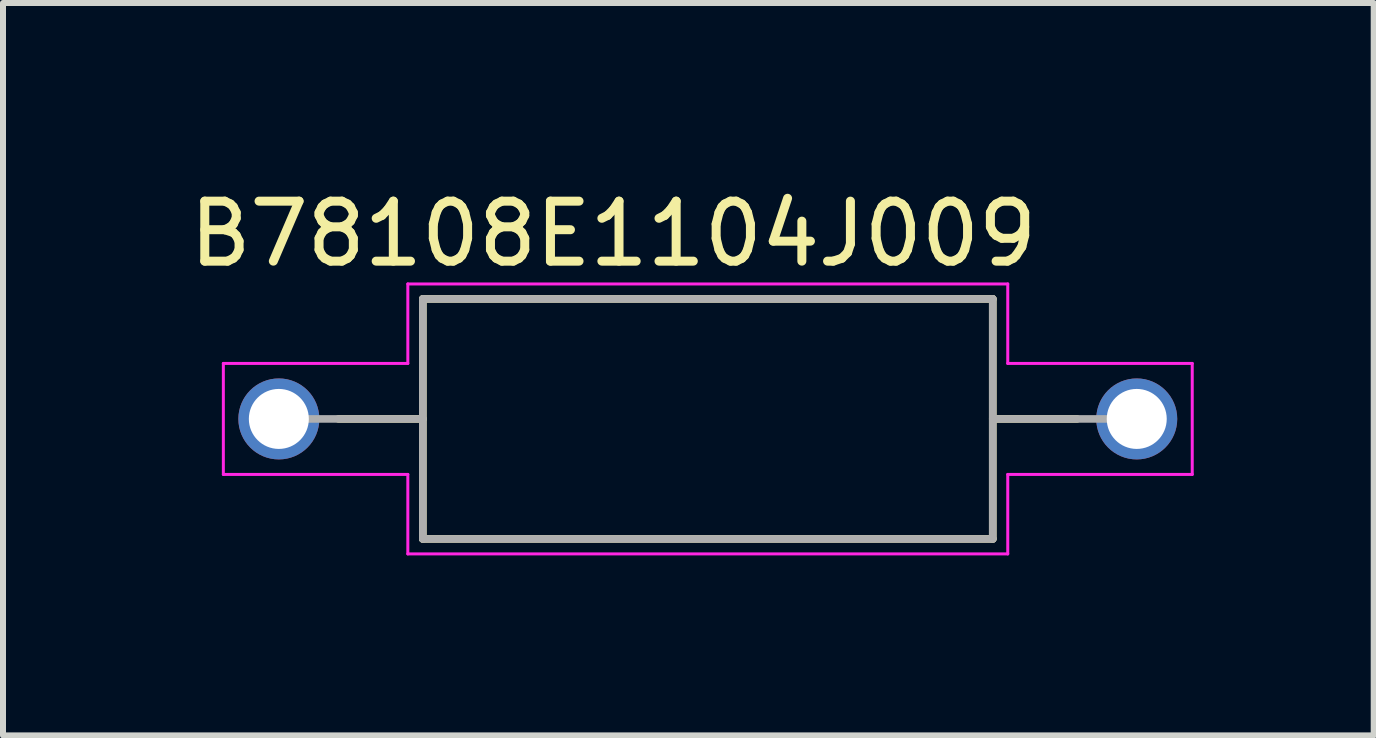
<source format=kicad_pcb>
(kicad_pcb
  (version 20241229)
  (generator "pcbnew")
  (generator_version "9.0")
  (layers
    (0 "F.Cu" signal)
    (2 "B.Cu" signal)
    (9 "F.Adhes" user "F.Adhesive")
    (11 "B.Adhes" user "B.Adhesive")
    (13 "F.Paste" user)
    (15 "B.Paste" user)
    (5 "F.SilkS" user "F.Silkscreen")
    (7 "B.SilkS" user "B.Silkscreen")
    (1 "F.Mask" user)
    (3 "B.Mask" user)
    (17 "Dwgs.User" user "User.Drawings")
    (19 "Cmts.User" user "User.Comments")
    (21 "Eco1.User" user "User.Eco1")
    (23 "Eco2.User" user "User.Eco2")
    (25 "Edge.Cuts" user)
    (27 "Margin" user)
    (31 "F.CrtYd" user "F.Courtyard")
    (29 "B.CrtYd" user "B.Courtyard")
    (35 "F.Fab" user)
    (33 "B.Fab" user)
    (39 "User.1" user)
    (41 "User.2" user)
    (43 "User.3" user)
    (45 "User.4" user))
  (footprint "B78108E1104J009"
    (layer "F.Cu")
    (at 8.748 3.933)
    (property "Reference" "B78108E1104J009" (at -1.575 -3.085 0) (layer "F.SilkS") (effects (font (size 1 1) (thickness 0.15))))
    (attr through_hole)
    (fp_line (start -4.75 -2) (end -4.75 2) (stroke (width 0.127) (type solid)) (layer "F.SilkS"))
    (fp_line (start -4.75 -2) (end 4.75 -2) (stroke (width 0.127) (type solid)) (layer "F.SilkS"))
    (fp_line (start -4.75 0) (end -6.155 0) (stroke (width 0.127) (type solid)) (layer "F.SilkS"))
    (fp_line (start -4.75 2) (end 4.75 2) (stroke (width 0.127) (type solid)) (layer "F.SilkS"))
    (fp_line (start 4.75 -2) (end 4.75 2) (stroke (width 0.127) (type solid)) (layer "F.SilkS"))
    (fp_line (start 4.75 0) (end 6.155 0) (stroke (width 0.127) (type solid)) (layer "F.SilkS"))
    (fp_line (start -8.075 -0.925) (end -8.075 0.925) (stroke (width 0.05) (type solid)) (layer "F.CrtYd"))
    (fp_line (start -5 -2.25) (end 5 -2.25) (stroke (width 0.05) (type solid)) (layer "F.CrtYd"))
    (fp_line (start -5 -0.925) (end -8.075 -0.925) (stroke (width 0.05) (type solid)) (layer "F.CrtYd"))
    (fp_line (start -5 -0.925) (end -5 -2.25) (stroke (width 0.05) (type solid)) (layer "F.CrtYd"))
    (fp_line (start -5 0.925) (end -8.075 0.925) (stroke (width 0.05) (type solid)) (layer "F.CrtYd"))
    (fp_line (start -5 0.925) (end -5 2.25) (stroke (width 0.05) (type solid)) (layer "F.CrtYd"))
    (fp_line (start -5 2.25) (end 5 2.25) (stroke (width 0.05) (type solid)) (layer "F.CrtYd"))
    (fp_line (start 5 -0.925) (end 5 -2.25) (stroke (width 0.05) (type solid)) (layer "F.CrtYd"))
    (fp_line (start 5 -0.925) (end 8.075 -0.925) (stroke (width 0.05) (type solid)) (layer "F.CrtYd"))
    (fp_line (start 5 0.925) (end 5 2.25) (stroke (width 0.05) (type solid)) (layer "F.CrtYd"))
    (fp_line (start 5 0.925) (end 8.075 0.925) (stroke (width 0.05) (type solid)) (layer "F.CrtYd"))
    (fp_line (start 8.075 -0.925) (end 8.075 0.925) (stroke (width 0.05) (type solid)) (layer "F.CrtYd"))
    (fp_line (start -4.75 -2) (end -4.75 2) (stroke (width 0.127) (type solid)) (layer "F.Fab"))
    (fp_line (start -4.75 -2) (end 4.75 -2) (stroke (width 0.127) (type solid)) (layer "F.Fab"))
    (fp_line (start -4.75 0) (end -7.15 0) (stroke (width 0.127) (type solid)) (layer "F.Fab"))
    (fp_line (start 4.75 -2) (end 4.75 2) (stroke (width 0.127) (type solid)) (layer "F.Fab"))
    (fp_line (start 4.75 0) (end 7.15 0) (stroke (width 0.127) (type solid)) (layer "F.Fab"))
    (fp_line (start 4.75 2) (end -4.75 2) (stroke (width 0.127) (type solid)) (layer "F.Fab"))
    (pad "1" thru_hole circle (at -7.15 0) (size 1.35 1.35) (drill 1) (layers "*.Cu" "*.Mask"))
    (pad "2" thru_hole circle (at 7.15 0) (size 1.35 1.35) (drill 1) (layers "*.Cu" "*.Mask")))
  (gr_rect
    (start -3 -3)
    (end 19.848 9.208)
    (stroke (width 0.1) (type default))
    (fill no)
    (layer "Edge.Cuts")))
</source>
